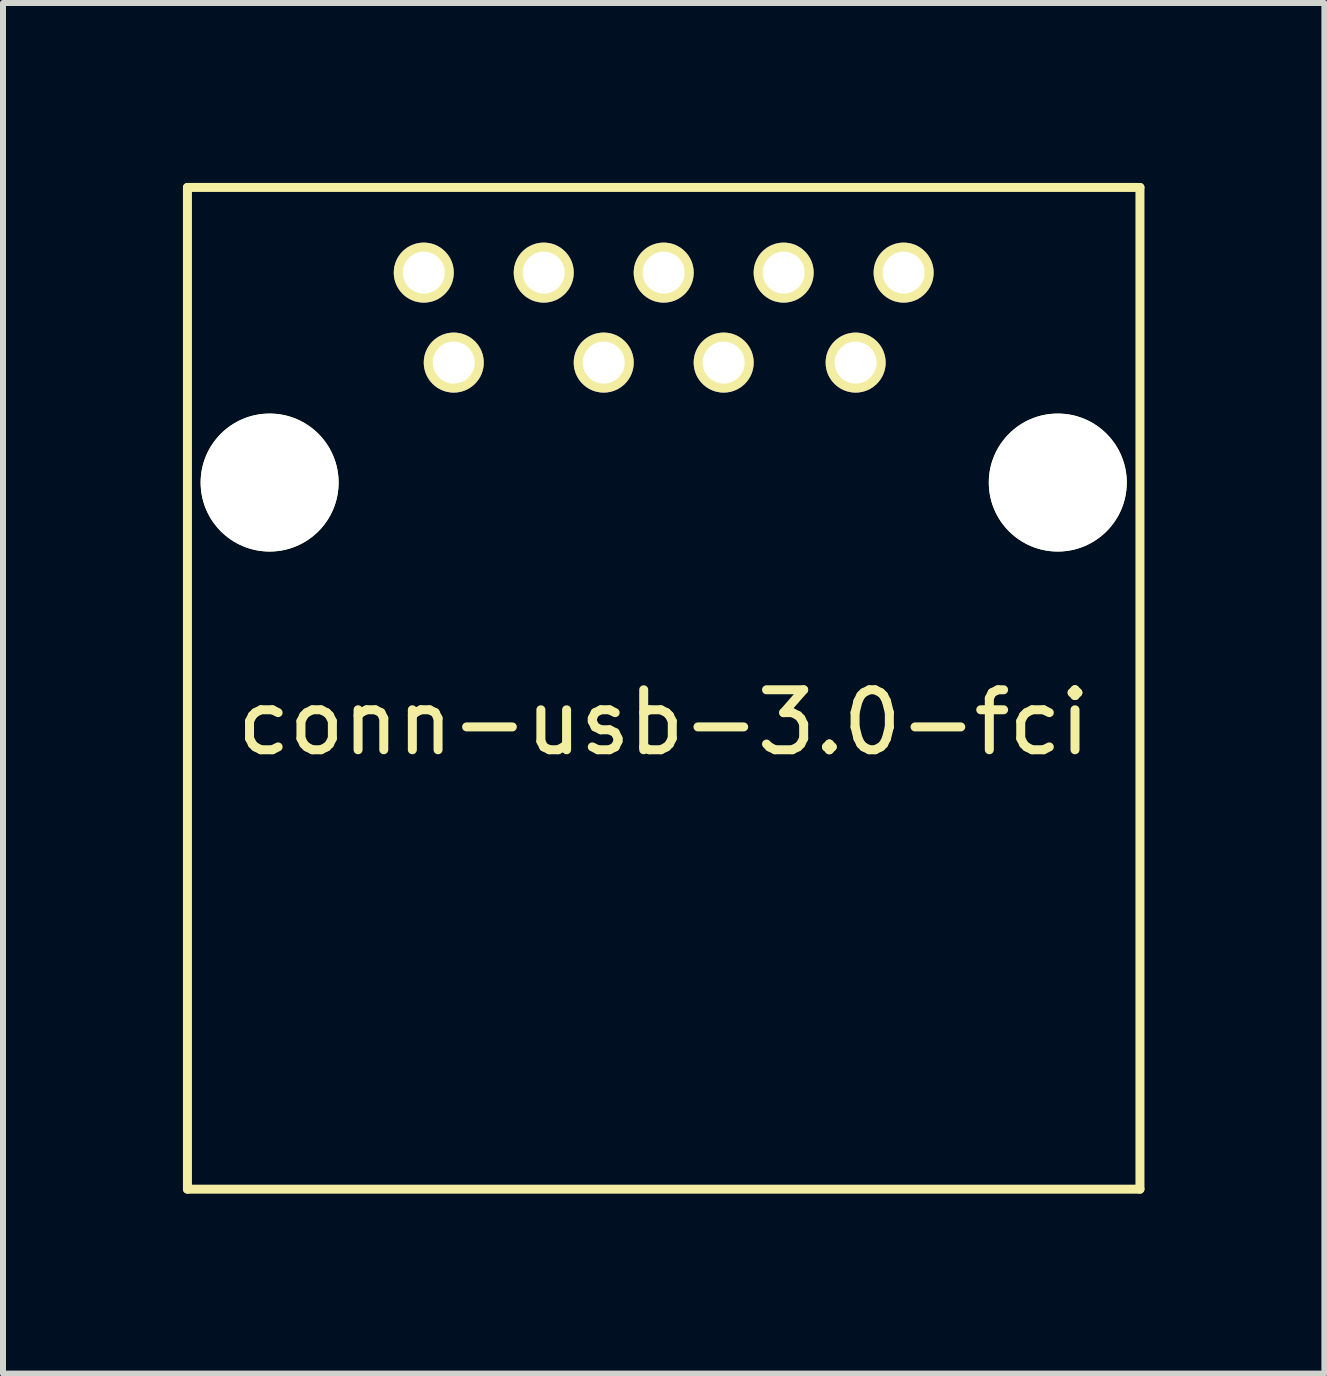
<source format=kicad_pcb>
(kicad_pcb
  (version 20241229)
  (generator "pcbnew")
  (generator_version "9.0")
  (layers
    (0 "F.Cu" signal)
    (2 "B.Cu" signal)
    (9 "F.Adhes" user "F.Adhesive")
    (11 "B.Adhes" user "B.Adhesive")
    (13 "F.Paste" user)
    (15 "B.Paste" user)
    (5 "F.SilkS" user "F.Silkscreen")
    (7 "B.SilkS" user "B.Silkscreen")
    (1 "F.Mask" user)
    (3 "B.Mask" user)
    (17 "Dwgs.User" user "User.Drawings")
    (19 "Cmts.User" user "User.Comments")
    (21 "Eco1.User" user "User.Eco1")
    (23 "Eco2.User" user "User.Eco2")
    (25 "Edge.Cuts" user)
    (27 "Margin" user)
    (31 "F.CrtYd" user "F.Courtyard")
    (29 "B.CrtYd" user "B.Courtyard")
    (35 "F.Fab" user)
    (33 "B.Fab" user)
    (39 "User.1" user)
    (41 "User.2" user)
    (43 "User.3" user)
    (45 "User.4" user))
  (footprint "conn-usb-3.0-fci"
    (layer "F.Cu")
    (at 8.015 4.995)
    (property "Reference" "conn-usb-3.0-fci" (at 0 4 0) (layer "F.SilkS") (effects (font (size 1 1) (thickness 0.15))))
    (attr through_hole)
    (fp_line (start -7.94 -4.92) (end -7.94 11.78) (stroke (width 0.15) (type solid)) (layer "F.SilkS"))
    (fp_line (start -7.94 11.78) (end 7.94 11.78) (stroke (width 0.15) (type solid)) (layer "F.SilkS"))
    (fp_line (start 7.94 -4.92) (end -7.94 -4.92) (stroke (width 0.15) (type solid)) (layer "F.SilkS"))
    (fp_line (start 7.94 -4.92) (end 7.94 11.78) (stroke (width 0.15) (type solid)) (layer "F.SilkS"))
    (pad "" np_thru_hole circle (at -6.57 0) (size 2.3 2.3) (drill 2.3) (layers "*.Cu" "*.Mask" "F.SilkS"))
    (pad "" np_thru_hole circle (at 6.57 0) (size 2.3 2.3) (drill 2.3) (layers "*.Cu" "*.Mask" "F.SilkS"))
    (pad "1" thru_hole circle (at -3.5 -2) (size 1 1) (drill 0.7) (layers "*.Cu" "*.Mask" "F.SilkS"))
    (pad "2" thru_hole circle (at -1 -2) (size 1 1) (drill 0.7) (layers "*.Cu" "*.Mask" "F.SilkS"))
    (pad "3" thru_hole circle (at 1 -2) (size 1 1) (drill 0.7) (layers "*.Cu" "*.Mask" "F.SilkS"))
    (pad "4" thru_hole circle (at 3.2 -2) (size 1 1) (drill 0.7) (layers "*.Cu" "*.Mask" "F.SilkS"))
    (pad "5" thru_hole circle (at 4 -3.5) (size 1 1) (drill 0.7) (layers "*.Cu" "*.Mask" "F.SilkS"))
    (pad "6" thru_hole circle (at 2 -3.5) (size 1 1) (drill 0.7) (layers "*.Cu" "*.Mask" "F.SilkS"))
    (pad "7" thru_hole circle (at 0 -3.5) (size 1 1) (drill 0.7) (layers "*.Cu" "*.Mask" "F.SilkS"))
    (pad "8" thru_hole circle (at -2 -3.5) (size 1 1) (drill 0.7) (layers "*.Cu" "*.Mask" "F.SilkS"))
    (pad "9" thru_hole circle (at -4 -3.5) (size 1 1) (drill 0.7) (layers "*.Cu" "*.Mask" "F.SilkS")))
  (gr_rect
    (start -3 -3)
    (end 19.03 19.85)
    (stroke (width 0.1) (type default))
    (fill no)
    (layer "Edge.Cuts")))
</source>
